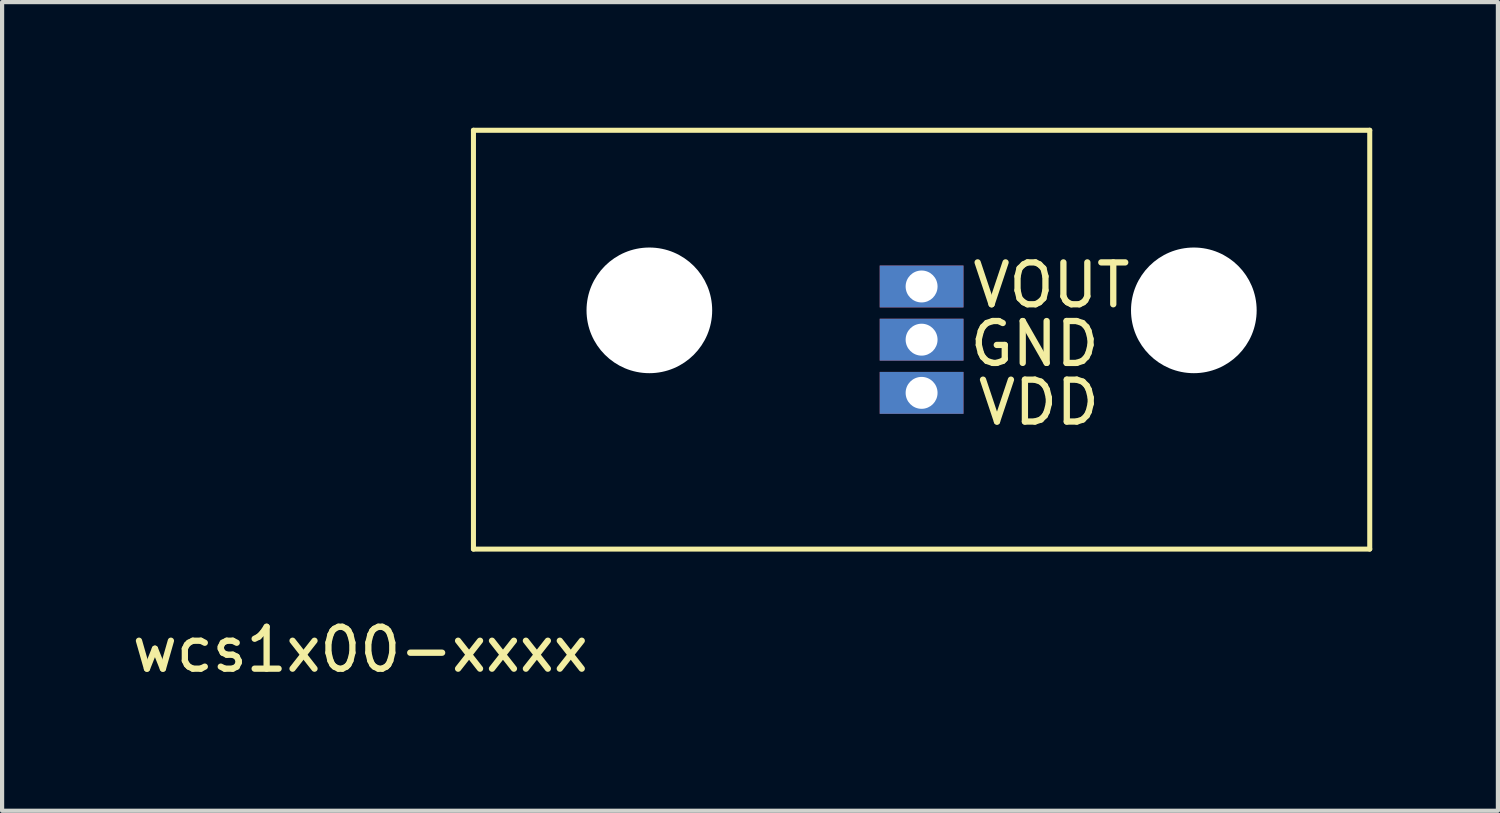
<source format=kicad_pcb>
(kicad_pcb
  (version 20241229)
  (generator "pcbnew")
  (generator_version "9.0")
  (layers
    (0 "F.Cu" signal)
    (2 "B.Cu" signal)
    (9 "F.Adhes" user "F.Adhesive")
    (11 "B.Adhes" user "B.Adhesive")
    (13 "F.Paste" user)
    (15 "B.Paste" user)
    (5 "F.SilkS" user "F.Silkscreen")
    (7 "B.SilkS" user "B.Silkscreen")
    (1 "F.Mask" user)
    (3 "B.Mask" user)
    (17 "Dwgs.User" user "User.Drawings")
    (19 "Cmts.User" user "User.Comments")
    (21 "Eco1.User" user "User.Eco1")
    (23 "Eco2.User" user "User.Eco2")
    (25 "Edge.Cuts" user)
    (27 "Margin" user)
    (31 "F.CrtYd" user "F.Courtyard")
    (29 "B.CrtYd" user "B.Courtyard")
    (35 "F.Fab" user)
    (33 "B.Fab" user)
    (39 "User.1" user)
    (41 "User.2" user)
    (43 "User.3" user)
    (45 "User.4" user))
  (footprint "wcs1x00-xxxx"
    (layer "F.Cu")
    (at 8.254 10.06)
    (property "Reference" "wcs1x00-xxxx" (at -2.7 2.4 0) (layer "F.SilkS") (effects (font (size 1 1) (thickness 0.15))))
    (attr through_hole)
    (fp_line (start 0 -10) (end 0 0) (stroke (width 0.12) (type solid)) (layer "F.SilkS"))
    (fp_line (start 0 0) (end 21.4 0) (stroke (width 0.12) (type solid)) (layer "F.SilkS"))
    (fp_line (start 21.4 -10) (end 0 -10) (stroke (width 0.12) (type solid)) (layer "F.SilkS"))
    (fp_line (start 21.4 0) (end 21.4 -10) (stroke (width 0.12) (type solid)) (layer "F.SilkS"))
    (fp_text user "VOUT" (at 13.8 -6.3 180) (layer "F.SilkS") (effects (font (size 1 1) (thickness 0.15))))
    (fp_text user "GND" (at 13.4 -4.9 0) (layer "F.SilkS") (effects (font (size 1 1) (thickness 0.15))))
    (fp_text user "VDD" (at 13.5 -3.5 0) (layer "F.SilkS") (effects (font (size 1 1) (thickness 0.15))))
    (pad "" np_thru_hole circle (at 4.2 -5.7) (size 3 3) (drill 3) (layers "*.Cu" "*.Mask"))
    (pad "" np_thru_hole circle (at 17.2 -5.7) (size 3 3) (drill 3) (layers "*.Cu" "*.Mask"))
    (pad "1" thru_hole rect (at 10.7 -3.73) (size 2 1) (drill 0.762) (layers "*.Cu" "*.Mask"))
    (pad "2" thru_hole rect (at 10.7 -5) (size 2 1) (drill 0.762) (layers "*.Cu" "*.Mask"))
    (pad "3" thru_hole rect (at 10.7 -6.27) (size 2 1) (drill 0.762) (layers "*.Cu" "*.Mask")))
  (gr_rect
    (start -3 -3)
    (end 32.714 16.308)
    (stroke (width 0.1) (type default))
    (fill no)
    (layer "Edge.Cuts")))
</source>
